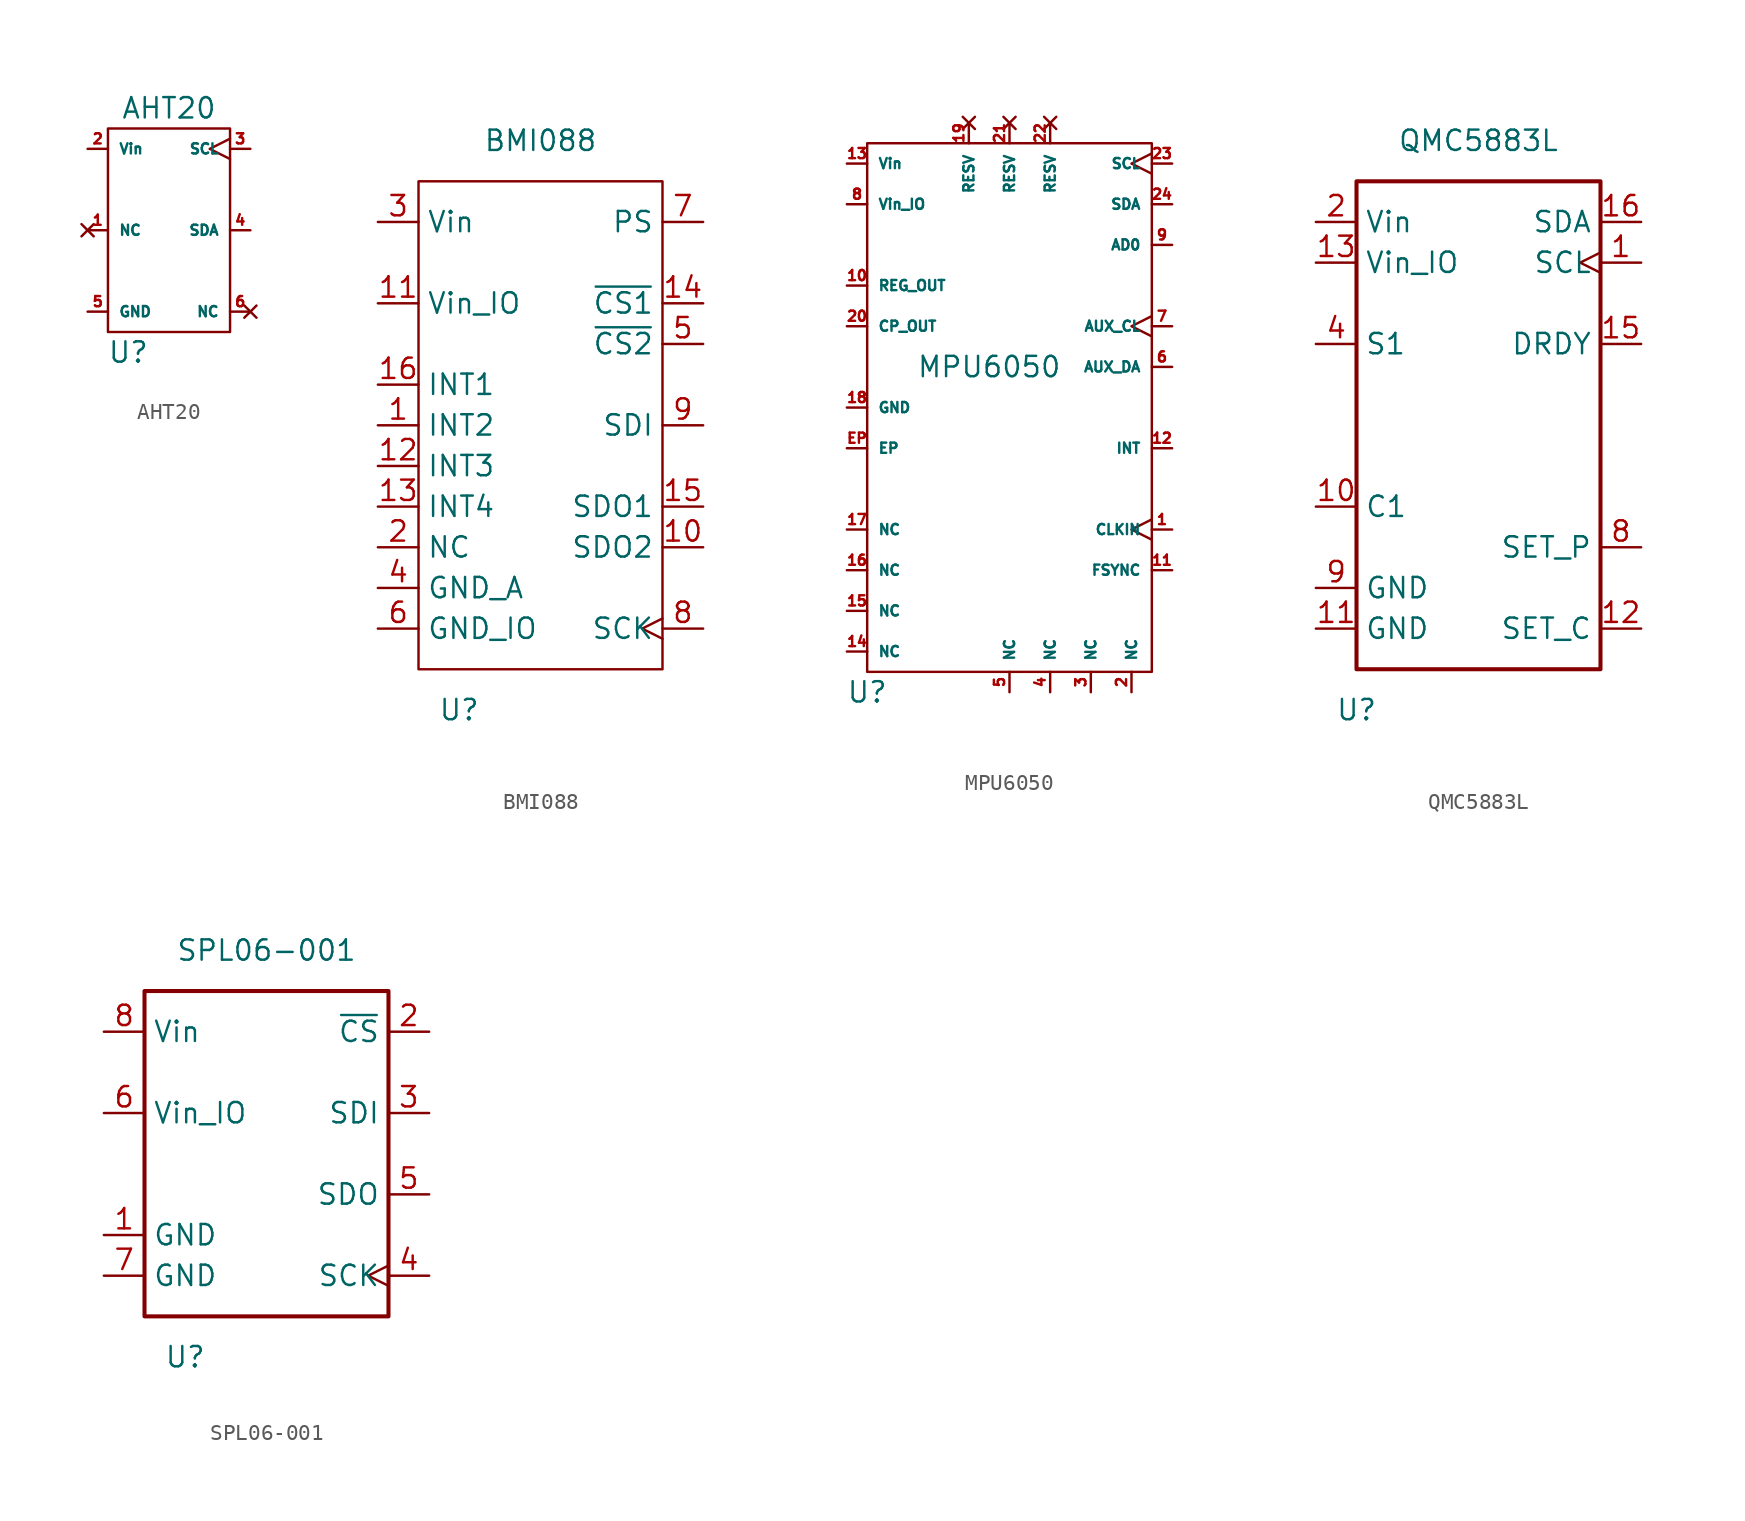
<source format=kicad_sym>
(kicad_symbol_lib
  (version 20211014)
  (generator kicad_symbol_editor)
  (symbol "AHT20"
    (pin_names
      (offset 0.635))
    (property "Reference" "U"
      (at -2.54 -7.62 0)
      (effects (font (size 1.27 1.27))))
    (property "Value" "AHT20"
      (at 0 7.62 0)
      (effects (font (size 1.27 1.27))))
    (symbol "AHT20_0_1"
      (rectangle (start -3.81 6.35) (end 3.81 -6.35) (stroke (width 0) (type default) (color 0 0 0 0)) (fill (type none))))
    (symbol "AHT20_1_1"
      (pin no_connect line (at -5.08 0 0) (length 1.27) (name "NC" (effects (font (size 0.635 0.635)))) (number "1" (effects (font (size 0.635 0.635)))))
      (pin power_in line (at -5.08 5.08 0) (length 1.27) (name "Vin" (effects (font (size 0.635 0.635)))) (number "2" (effects (font (size 0.635 0.635)))))
      (pin open_collector clock (at 5.08 5.08 180) (length 1.27) (name "SCL" (effects (font (size 0.635 0.635)))) (number "3" (effects (font (size 0.635 0.635)))))
      (pin open_collector line (at 5.08 0 180) (length 1.27) (name "SDA" (effects (font (size 0.635 0.635)))) (number "4" (effects (font (size 0.635 0.635)))))
      (pin power_in line (at -5.08 -5.08 0) (length 1.27) (name "GND" (effects (font (size 0.635 0.635)))) (number "5" (effects (font (size 0.635 0.635)))))
      (pin no_connect line (at 5.08 -5.08 180) (length 1.27) (name "NC" (effects (font (size 0.635 0.635)))) (number "6" (effects (font (size 0.635 0.635)))))))
  (symbol "BMI088"
    (property "Reference" "U"
      (at -5.08 -17.78 0)
      (effects (font (size 1.27 1.27))))
    (property "Value" "BMI088"
      (at 0 17.78 0)
      (effects (font (size 1.27 1.27))))
    (symbol "BMI088_0_1"
      (rectangle (start -7.62 15.24) (end 7.62 -15.24) (stroke (width 0) (type default) (color 0 0 0 0)) (fill (type none))))
    (symbol "BMI088_1_1"
      (pin bidirectional line (at -10.16 0 0) (length 2.54) (name "INT2" (effects (font (size 1.27 1.27)))) (number "1" (effects (font (size 1.27 1.27)))))
      (pin output line (at 10.16 -7.62 180) (length 2.54) (name "SDO2" (effects (font (size 1.27 1.27)))) (number "10" (effects (font (size 1.27 1.27)))) (alternate "GND" passive line))
      (pin power_in line (at -10.16 7.62 0) (length 2.54) (name "Vin_IO" (effects (font (size 1.27 1.27)))) (number "11" (effects (font (size 1.27 1.27)))))
      (pin bidirectional line (at -10.16 -2.54 0) (length 2.54) (name "INT3" (effects (font (size 1.27 1.27)))) (number "12" (effects (font (size 1.27 1.27)))))
      (pin bidirectional line (at -10.16 -5.08 0) (length 2.54) (name "INT4" (effects (font (size 1.27 1.27)))) (number "13" (effects (font (size 1.27 1.27)))))
      (pin input line (at 10.16 7.62 180) (length 2.54) (name "~{CS1}" (effects (font (size 1.27 1.27)))) (number "14" (effects (font (size 1.27 1.27)))) (alternate "NC" passive line))
      (pin output line (at 10.16 -5.08 180) (length 2.54) (name "SDO1" (effects (font (size 1.27 1.27)))) (number "15" (effects (font (size 1.27 1.27)))) (alternate "GND" passive line))
      (pin bidirectional line (at -10.16 2.54 0) (length 2.54) (name "INT1" (effects (font (size 1.27 1.27)))) (number "16" (effects (font (size 1.27 1.27)))))
      (pin passive line (at -10.16 -7.62 0) (length 2.54) (name "NC" (effects (font (size 1.27 1.27)))) (number "2" (effects (font (size 1.27 1.27)))))
      (pin power_in line (at -10.16 12.7 0) (length 2.54) (name "Vin" (effects (font (size 1.27 1.27)))) (number "3" (effects (font (size 1.27 1.27)))))
      (pin power_in line (at -10.16 -10.16 0) (length 2.54) (name "GND_A" (effects (font (size 1.27 1.27)))) (number "4" (effects (font (size 1.27 1.27)))))
      (pin input line (at 10.16 5.08 180) (length 2.54) (name "~{CS2}" (effects (font (size 1.27 1.27)))) (number "5" (effects (font (size 1.27 1.27)))) (alternate "NC" no_connect line))
      (pin power_in line (at -10.16 -12.7 0) (length 2.54) (name "GND_IO" (effects (font (size 1.27 1.27)))) (number "6" (effects (font (size 1.27 1.27)))))
      (pin input line (at 10.16 12.7 180) (length 2.54) (name "PS" (effects (font (size 1.27 1.27)))) (number "7" (effects (font (size 1.27 1.27)))))
      (pin input clock (at 10.16 -12.7 180) (length 2.54) (name "SCK" (effects (font (size 1.27 1.27)))) (number "8" (effects (font (size 1.27 1.27)))) (alternate "SCL" open_collector clock))
      (pin input line (at 10.16 0 180) (length 2.54) (name "SDI" (effects (font (size 1.27 1.27)))) (number "9" (effects (font (size 1.27 1.27)))) (alternate "SDA" open_collector line))))
  (symbol "MPU6050"
    (pin_names
      (offset 0.635))
    (property "Reference" "U"
      (at -8.89 -20.32 0)
      (effects (font (size 1.27 1.27))))
    (property "Value" "MPU6050"
      (at -1.27 0 0)
      (effects (font (size 1.27 1.27))))
    (symbol "MPU6050_0_1"
      (rectangle (start -8.89 13.97) (end 8.89 -19.05) (stroke (width 0) (type default) (color 0 0 0 0)) (fill (type none))))
    (symbol "MPU6050_1_1"
      (pin input clock (at 10.16 -10.16 180) (length 1.27) (name "CLKIN" (effects (font (size 0.635 0.635)))) (number "1" (effects (font (size 0.635 0.635)))))
      (pin power_out line (at -10.16 5.08 0) (length 1.27) (name "REG_OUT" (effects (font (size 0.635 0.635)))) (number "10" (effects (font (size 0.635 0.635)))))
      (pin input line (at 10.16 -12.7 180) (length 1.27) (name "FSYNC" (effects (font (size 0.635 0.635)))) (number "11" (effects (font (size 0.635 0.635)))))
      (pin output line (at 10.16 -5.08 180) (length 1.27) (name "INT" (effects (font (size 0.635 0.635)))) (number "12" (effects (font (size 0.635 0.635)))))
      (pin power_in line (at -10.16 12.7 0) (length 1.27) (name "Vin" (effects (font (size 0.635 0.635)))) (number "13" (effects (font (size 0.635 0.635)))))
      (pin free line (at -10.16 -17.78 0) (length 1.27) (name "NC" (effects (font (size 0.635 0.635)))) (number "14" (effects (font (size 0.635 0.635)))))
      (pin free line (at -10.16 -15.24 0) (length 1.27) (name "NC" (effects (font (size 0.635 0.635)))) (number "15" (effects (font (size 0.635 0.635)))))
      (pin free line (at -10.16 -12.7 0) (length 1.27) (name "NC" (effects (font (size 0.635 0.635)))) (number "16" (effects (font (size 0.635 0.635)))))
      (pin free line (at -10.16 -10.16 0) (length 1.27) (name "NC" (effects (font (size 0.635 0.635)))) (number "17" (effects (font (size 0.635 0.635)))))
      (pin power_in line (at -10.16 -2.54 0) (length 1.27) (name "GND" (effects (font (size 0.635 0.635)))) (number "18" (effects (font (size 0.635 0.635)))))
      (pin no_connect line (at -2.54 15.24 270) (length 1.27) (name "RESV" (effects (font (size 0.635 0.635)))) (number "19" (effects (font (size 0.635 0.635)))))
      (pin free line (at 7.62 -20.32 90) (length 1.27) (name "NC" (effects (font (size 0.635 0.635)))) (number "2" (effects (font (size 0.635 0.635)))))
      (pin power_out line (at -10.16 2.54 0) (length 1.27) (name "CP_OUT" (effects (font (size 0.635 0.635)))) (number "20" (effects (font (size 0.635 0.635)))))
      (pin no_connect line (at 0 15.24 270) (length 1.27) (name "RESV" (effects (font (size 0.635 0.635)))) (number "21" (effects (font (size 0.635 0.635)))))
      (pin no_connect line (at 2.54 15.24 270) (length 1.27) (name "RESV" (effects (font (size 0.635 0.635)))) (number "22" (effects (font (size 0.635 0.635)))))
      (pin open_collector clock (at 10.16 12.7 180) (length 1.27) (name "SCL" (effects (font (size 0.635 0.635)))) (number "23" (effects (font (size 0.635 0.635)))))
      (pin open_collector line (at 10.16 10.16 180) (length 1.27) (name "SDA" (effects (font (size 0.635 0.635)))) (number "24" (effects (font (size 0.635 0.635)))))
      (pin free line (at 5.08 -20.32 90) (length 1.27) (name "NC" (effects (font (size 0.635 0.635)))) (number "3" (effects (font (size 0.635 0.635)))))
      (pin free line (at 2.54 -20.32 90) (length 1.27) (name "NC" (effects (font (size 0.635 0.635)))) (number "4" (effects (font (size 0.635 0.635)))))
      (pin free line (at 0 -20.32 90) (length 1.27) (name "NC" (effects (font (size 0.635 0.635)))) (number "5" (effects (font (size 0.635 0.635)))))
      (pin open_collector line (at 10.16 0 180) (length 1.27) (name "AUX_DA" (effects (font (size 0.635 0.635)))) (number "6" (effects (font (size 0.635 0.635)))))
      (pin open_collector clock (at 10.16 2.54 180) (length 1.27) (name "AUX_CL" (effects (font (size 0.635 0.635)))) (number "7" (effects (font (size 0.635 0.635)))))
      (pin power_in line (at -10.16 10.16 0) (length 1.27) (name "Vin_IO" (effects (font (size 0.635 0.635)))) (number "8" (effects (font (size 0.635 0.635)))))
      (pin input line (at 10.16 7.62 180) (length 1.27) (name "AD0" (effects (font (size 0.635 0.635)))) (number "9" (effects (font (size 0.635 0.635)))))
      (pin passive line (at -10.16 -5.08 0) (length 1.27) (name "EP" (effects (font (size 0.635 0.635)))) (number "EP" (effects (font (size 0.635 0.635)))))))
  (symbol "QMC5883L"
    (property "Reference" "U"
      (at -7.62 -17.78 0)
      (effects (font (size 1.27 1.27))))
    (property "Value" "QMC5883L"
      (at 0 17.78 0)
      (effects (font (size 1.27 1.27))))
    (symbol "QMC5883L_0_1"
      (rectangle (start -7.62 15.24) (end 7.62 -15.24) (stroke (width 0.254) (type default) (color 0 0 0 0)) (fill (type none))))
    (symbol "QMC5883L_1_1"
      (pin open_collector clock (at 10.16 10.16 180) (length 2.54) (name "SCL" (effects (font (size 1.27 1.27)))) (number "1" (effects (font (size 1.27 1.27)))))
      (pin passive line (at -10.16 -5.08 0) (length 2.54) (name "C1" (effects (font (size 1.27 1.27)))) (number "10" (effects (font (size 1.27 1.27)))))
      (pin power_in line (at -10.16 -12.7 0) (length 2.54) (name "GND" (effects (font (size 1.27 1.27)))) (number "11" (effects (font (size 1.27 1.27)))))
      (pin passive line (at 10.16 -12.7 180) (length 2.54) (name "SET_C" (effects (font (size 1.27 1.27)))) (number "12" (effects (font (size 1.27 1.27)))))
      (pin power_in line (at -10.16 10.16 0) (length 2.54) (name "Vin_IO" (effects (font (size 1.27 1.27)))) (number "13" (effects (font (size 1.27 1.27)))))
      (pin no_connect line (at -10.16 0 0) (length 2.54) hide (name "NC" (effects (font (size 1.27 1.27)))) (number "14" (effects (font (size 1.27 1.27)))))
      (pin output line (at 10.16 5.08 180) (length 2.54) (name "DRDY" (effects (font (size 1.27 1.27)))) (number "15" (effects (font (size 1.27 1.27)))))
      (pin open_collector line (at 10.16 12.7 180) (length 2.54) (name "SDA" (effects (font (size 1.27 1.27)))) (number "16" (effects (font (size 1.27 1.27)))))
      (pin power_in line (at -10.16 12.7 0) (length 2.54) (name "Vin" (effects (font (size 1.27 1.27)))) (number "2" (effects (font (size 1.27 1.27)))))
      (pin no_connect line (at 10.16 2.54 180) (length 2.54) hide (name "NC" (effects (font (size 1.27 1.27)))) (number "3" (effects (font (size 1.27 1.27)))))
      (pin passive line (at -10.16 5.08 0) (length 2.54) (name "S1" (effects (font (size 1.27 1.27)))) (number "4" (effects (font (size 1.27 1.27)))))
      (pin no_connect line (at 10.16 0 180) (length 2.54) hide (name "NC" (effects (font (size 1.27 1.27)))) (number "5" (effects (font (size 1.27 1.27)))))
      (pin no_connect line (at 10.16 -2.54 180) (length 2.54) hide (name "NC" (effects (font (size 1.27 1.27)))) (number "6" (effects (font (size 1.27 1.27)))))
      (pin no_connect line (at 10.16 -5.08 180) (length 2.54) hide (name "NC" (effects (font (size 1.27 1.27)))) (number "7" (effects (font (size 1.27 1.27)))))
      (pin passive line (at 10.16 -7.62 180) (length 2.54) (name "SET_P" (effects (font (size 1.27 1.27)))) (number "8" (effects (font (size 1.27 1.27)))))
      (pin power_in line (at -10.16 -10.16 0) (length 2.54) (name "GND" (effects (font (size 1.27 1.27)))) (number "9" (effects (font (size 1.27 1.27)))))))
  (symbol "SPL06-001"
    (property "Reference" "U"
      (at -5.08 -12.7 0)
      (effects (font (size 1.27 1.27))))
    (property "Value" "SPL06-001"
      (at 0 12.7 0)
      (effects (font (size 1.27 1.27))))
    (symbol "SPL06-001_0_1"
      (rectangle (start -7.62 10.16) (end 7.62 -10.16) (stroke (width 0.254) (type default) (color 0 0 0 0)) (fill (type none))))
    (symbol "SPL06-001_1_1"
      (pin power_in line (at -10.16 -5.08 0) (length 2.54) (name "GND" (effects (font (size 1.27 1.27)))) (number "1" (effects (font (size 1.27 1.27)))))
      (pin input line (at 10.16 7.62 180) (length 2.54) (name "~{CS}" (effects (font (size 1.27 1.27)))) (number "2" (effects (font (size 1.27 1.27)))))
      (pin input line (at 10.16 2.54 180) (length 2.54) (name "SDI" (effects (font (size 1.27 1.27)))) (number "3" (effects (font (size 1.27 1.27)))))
      (pin input clock (at 10.16 -7.62 180) (length 2.54) (name "SCK" (effects (font (size 1.27 1.27)))) (number "4" (effects (font (size 1.27 1.27)))))
      (pin output line (at 10.16 -2.54 180) (length 2.54) (name "SDO" (effects (font (size 1.27 1.27)))) (number "5" (effects (font (size 1.27 1.27)))))
      (pin power_in line (at -10.16 2.54 0) (length 2.54) (name "Vin_IO" (effects (font (size 1.27 1.27)))) (number "6" (effects (font (size 1.27 1.27)))))
      (pin power_in line (at -10.16 -7.62 0) (length 2.54) (name "GND" (effects (font (size 1.27 1.27)))) (number "7" (effects (font (size 1.27 1.27)))))
      (pin power_in line (at -10.16 7.62 0) (length 2.54) (name "Vin" (effects (font (size 1.27 1.27)))) (number "8" (effects (font (size 1.27 1.27))))))))
</source>
